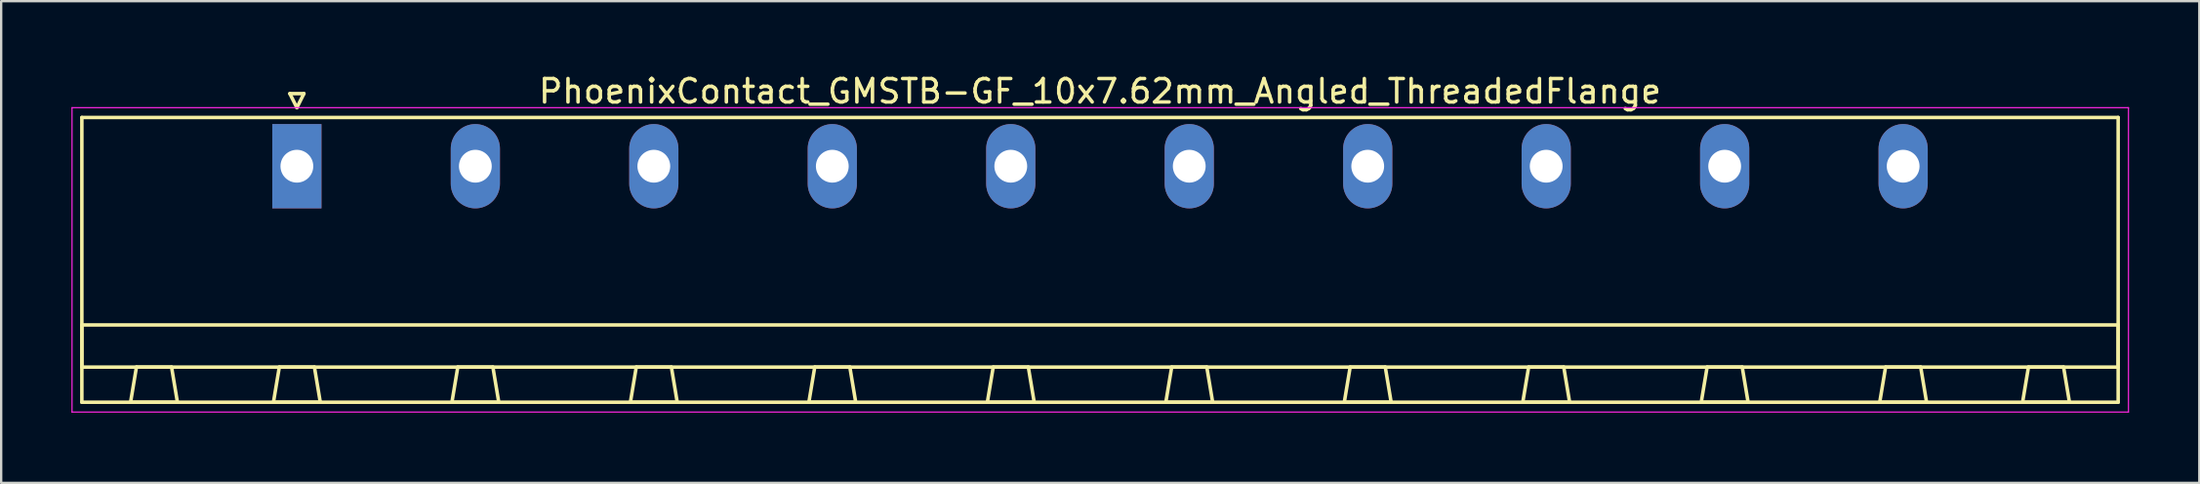
<source format=kicad_pcb>
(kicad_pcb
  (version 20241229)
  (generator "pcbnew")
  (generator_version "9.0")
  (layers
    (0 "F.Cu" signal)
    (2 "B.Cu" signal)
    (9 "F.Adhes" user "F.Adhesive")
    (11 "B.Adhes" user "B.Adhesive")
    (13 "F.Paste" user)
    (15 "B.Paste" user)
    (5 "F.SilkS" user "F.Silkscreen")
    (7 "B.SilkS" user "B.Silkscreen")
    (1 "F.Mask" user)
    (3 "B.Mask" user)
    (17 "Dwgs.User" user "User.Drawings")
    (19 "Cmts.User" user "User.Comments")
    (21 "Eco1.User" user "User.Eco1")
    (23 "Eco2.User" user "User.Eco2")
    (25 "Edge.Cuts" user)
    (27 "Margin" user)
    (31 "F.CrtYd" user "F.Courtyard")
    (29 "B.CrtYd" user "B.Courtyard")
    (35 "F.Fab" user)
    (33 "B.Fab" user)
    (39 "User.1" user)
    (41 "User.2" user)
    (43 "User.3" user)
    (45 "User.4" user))
  (footprint "PhoenixContact_GMSTB-GF_10x7.62mm_Angled_ThreadedFlange"
    (layer "F.Cu")
    (at 9.625 4.048)
    (property "Reference" "PhoenixContact_GMSTB-GF_10x7.62mm_Angled_ThreadedFlange" (at 34.29 -3.2 0) (layer "F.SilkS") (effects (font (size 1 1) (thickness 0.15))))
    (attr through_hole)
    (fp_line (start -9.18 -2.08) (end -9.18 10.08) (stroke (width 0.15) (type solid)) (layer "F.SilkS"))
    (fp_line (start -9.18 6.78) (end 77.76 6.78) (stroke (width 0.15) (type solid)) (layer "F.SilkS"))
    (fp_line (start -9.18 8.58) (end -9.18 6.78) (stroke (width 0.15) (type solid)) (layer "F.SilkS"))
    (fp_line (start -9.18 10.08) (end 77.76 10.08) (stroke (width 0.15) (type solid)) (layer "F.SilkS"))
    (fp_line (start -7.1 10.08) (end -5.1 10.08) (stroke (width 0.15) (type solid)) (layer "F.SilkS"))
    (fp_line (start -6.85 8.58) (end -7.1 10.08) (stroke (width 0.15) (type solid)) (layer "F.SilkS"))
    (fp_line (start -5.35 8.58) (end -6.85 8.58) (stroke (width 0.15) (type solid)) (layer "F.SilkS"))
    (fp_line (start -5.1 10.08) (end -5.35 8.58) (stroke (width 0.15) (type solid)) (layer "F.SilkS"))
    (fp_line (start -1 10.08) (end 1 10.08) (stroke (width 0.15) (type solid)) (layer "F.SilkS"))
    (fp_line (start -0.75 8.58) (end -1 10.08) (stroke (width 0.15) (type solid)) (layer "F.SilkS"))
    (fp_line (start -0.3 -3.1) (end 0 -2.5) (stroke (width 0.15) (type solid)) (layer "F.SilkS"))
    (fp_line (start 0 -2.5) (end 0.3 -3.1) (stroke (width 0.15) (type solid)) (layer "F.SilkS"))
    (fp_line (start 0.3 -3.1) (end -0.3 -3.1) (stroke (width 0.15) (type solid)) (layer "F.SilkS"))
    (fp_line (start 0.75 8.58) (end -0.75 8.58) (stroke (width 0.15) (type solid)) (layer "F.SilkS"))
    (fp_line (start 1 10.08) (end 0.75 8.58) (stroke (width 0.15) (type solid)) (layer "F.SilkS"))
    (fp_line (start 6.62 10.08) (end 8.62 10.08) (stroke (width 0.15) (type solid)) (layer "F.SilkS"))
    (fp_line (start 6.87 8.58) (end 6.62 10.08) (stroke (width 0.15) (type solid)) (layer "F.SilkS"))
    (fp_line (start 8.37 8.58) (end 6.87 8.58) (stroke (width 0.15) (type solid)) (layer "F.SilkS"))
    (fp_line (start 8.62 10.08) (end 8.37 8.58) (stroke (width 0.15) (type solid)) (layer "F.SilkS"))
    (fp_line (start 14.24 10.08) (end 16.24 10.08) (stroke (width 0.15) (type solid)) (layer "F.SilkS"))
    (fp_line (start 14.49 8.58) (end 14.24 10.08) (stroke (width 0.15) (type solid)) (layer "F.SilkS"))
    (fp_line (start 15.99 8.58) (end 14.49 8.58) (stroke (width 0.15) (type solid)) (layer "F.SilkS"))
    (fp_line (start 16.24 10.08) (end 15.99 8.58) (stroke (width 0.15) (type solid)) (layer "F.SilkS"))
    (fp_line (start 21.86 10.08) (end 23.86 10.08) (stroke (width 0.15) (type solid)) (layer "F.SilkS"))
    (fp_line (start 22.11 8.58) (end 21.86 10.08) (stroke (width 0.15) (type solid)) (layer "F.SilkS"))
    (fp_line (start 23.61 8.58) (end 22.11 8.58) (stroke (width 0.15) (type solid)) (layer "F.SilkS"))
    (fp_line (start 23.86 10.08) (end 23.61 8.58) (stroke (width 0.15) (type solid)) (layer "F.SilkS"))
    (fp_line (start 29.48 10.08) (end 31.48 10.08) (stroke (width 0.15) (type solid)) (layer "F.SilkS"))
    (fp_line (start 29.73 8.58) (end 29.48 10.08) (stroke (width 0.15) (type solid)) (layer "F.SilkS"))
    (fp_line (start 31.23 8.58) (end 29.73 8.58) (stroke (width 0.15) (type solid)) (layer "F.SilkS"))
    (fp_line (start 31.48 10.08) (end 31.23 8.58) (stroke (width 0.15) (type solid)) (layer "F.SilkS"))
    (fp_line (start 37.1 10.08) (end 39.1 10.08) (stroke (width 0.15) (type solid)) (layer "F.SilkS"))
    (fp_line (start 37.35 8.58) (end 37.1 10.08) (stroke (width 0.15) (type solid)) (layer "F.SilkS"))
    (fp_line (start 38.85 8.58) (end 37.35 8.58) (stroke (width 0.15) (type solid)) (layer "F.SilkS"))
    (fp_line (start 39.1 10.08) (end 38.85 8.58) (stroke (width 0.15) (type solid)) (layer "F.SilkS"))
    (fp_line (start 44.72 10.08) (end 46.72 10.08) (stroke (width 0.15) (type solid)) (layer "F.SilkS"))
    (fp_line (start 44.97 8.58) (end 44.72 10.08) (stroke (width 0.15) (type solid)) (layer "F.SilkS"))
    (fp_line (start 46.47 8.58) (end 44.97 8.58) (stroke (width 0.15) (type solid)) (layer "F.SilkS"))
    (fp_line (start 46.72 10.08) (end 46.47 8.58) (stroke (width 0.15) (type solid)) (layer "F.SilkS"))
    (fp_line (start 52.34 10.08) (end 54.34 10.08) (stroke (width 0.15) (type solid)) (layer "F.SilkS"))
    (fp_line (start 52.59 8.58) (end 52.34 10.08) (stroke (width 0.15) (type solid)) (layer "F.SilkS"))
    (fp_line (start 54.09 8.58) (end 52.59 8.58) (stroke (width 0.15) (type solid)) (layer "F.SilkS"))
    (fp_line (start 54.34 10.08) (end 54.09 8.58) (stroke (width 0.15) (type solid)) (layer "F.SilkS"))
    (fp_line (start 59.96 10.08) (end 61.96 10.08) (stroke (width 0.15) (type solid)) (layer "F.SilkS"))
    (fp_line (start 60.21 8.58) (end 59.96 10.08) (stroke (width 0.15) (type solid)) (layer "F.SilkS"))
    (fp_line (start 61.71 8.58) (end 60.21 8.58) (stroke (width 0.15) (type solid)) (layer "F.SilkS"))
    (fp_line (start 61.96 10.08) (end 61.71 8.58) (stroke (width 0.15) (type solid)) (layer "F.SilkS"))
    (fp_line (start 67.58 10.08) (end 69.58 10.08) (stroke (width 0.15) (type solid)) (layer "F.SilkS"))
    (fp_line (start 67.83 8.58) (end 67.58 10.08) (stroke (width 0.15) (type solid)) (layer "F.SilkS"))
    (fp_line (start 69.33 8.58) (end 67.83 8.58) (stroke (width 0.15) (type solid)) (layer "F.SilkS"))
    (fp_line (start 69.58 10.08) (end 69.33 8.58) (stroke (width 0.15) (type solid)) (layer "F.SilkS"))
    (fp_line (start 73.68 10.08) (end 75.68 10.08) (stroke (width 0.15) (type solid)) (layer "F.SilkS"))
    (fp_line (start 73.93 8.58) (end 73.68 10.08) (stroke (width 0.15) (type solid)) (layer "F.SilkS"))
    (fp_line (start 75.43 8.58) (end 73.93 8.58) (stroke (width 0.15) (type solid)) (layer "F.SilkS"))
    (fp_line (start 75.68 10.08) (end 75.43 8.58) (stroke (width 0.15) (type solid)) (layer "F.SilkS"))
    (fp_line (start 77.76 -2.08) (end -9.18 -2.08) (stroke (width 0.15) (type solid)) (layer "F.SilkS"))
    (fp_line (start 77.76 6.78) (end 77.76 8.58) (stroke (width 0.15) (type solid)) (layer "F.SilkS"))
    (fp_line (start 77.76 8.58) (end -9.18 8.58) (stroke (width 0.15) (type solid)) (layer "F.SilkS"))
    (fp_line (start 77.76 10.08) (end 77.76 -2.08) (stroke (width 0.15) (type solid)) (layer "F.SilkS"))
    (fp_line (start -9.6 -2.5) (end -9.6 10.5) (stroke (width 0.05) (type solid)) (layer "F.CrtYd"))
    (fp_line (start -9.6 10.5) (end 78.2 10.5) (stroke (width 0.05) (type solid)) (layer "F.CrtYd"))
    (fp_line (start 78.2 -2.5) (end -9.6 -2.5) (stroke (width 0.05) (type solid)) (layer "F.CrtYd"))
    (fp_line (start 78.2 10.5) (end 78.2 -2.5) (stroke (width 0.05) (type solid)) (layer "F.CrtYd"))
    (pad "1" thru_hole rect (at 0 0) (size 2.1 3.6) (drill 1.4) (layers "*.Cu" "*.Mask"))
    (pad "2" thru_hole oval (at 7.62 0) (size 2.1 3.6) (drill 1.4) (layers "*.Cu" "*.Mask"))
    (pad "3" thru_hole oval (at 15.24 0) (size 2.1 3.6) (drill 1.4) (layers "*.Cu" "*.Mask"))
    (pad "4" thru_hole oval (at 22.86 0) (size 2.1 3.6) (drill 1.4) (layers "*.Cu" "*.Mask"))
    (pad "5" thru_hole oval (at 30.48 0) (size 2.1 3.6) (drill 1.4) (layers "*.Cu" "*.Mask"))
    (pad "6" thru_hole oval (at 38.1 0) (size 2.1 3.6) (drill 1.4) (layers "*.Cu" "*.Mask"))
    (pad "7" thru_hole oval (at 45.72 0) (size 2.1 3.6) (drill 1.4) (layers "*.Cu" "*.Mask"))
    (pad "8" thru_hole oval (at 53.34 0) (size 2.1 3.6) (drill 1.4) (layers "*.Cu" "*.Mask"))
    (pad "9" thru_hole oval (at 60.96 0) (size 2.1 3.6) (drill 1.4) (layers "*.Cu" "*.Mask"))
    (pad "10" thru_hole oval (at 68.58 0) (size 2.1 3.6) (drill 1.4) (layers "*.Cu" "*.Mask")))
  (gr_rect
    (start -3 -3)
    (end 90.85 17.573)
    (stroke (width 0.1) (type default))
    (fill no)
    (layer "Edge.Cuts")))
</source>
